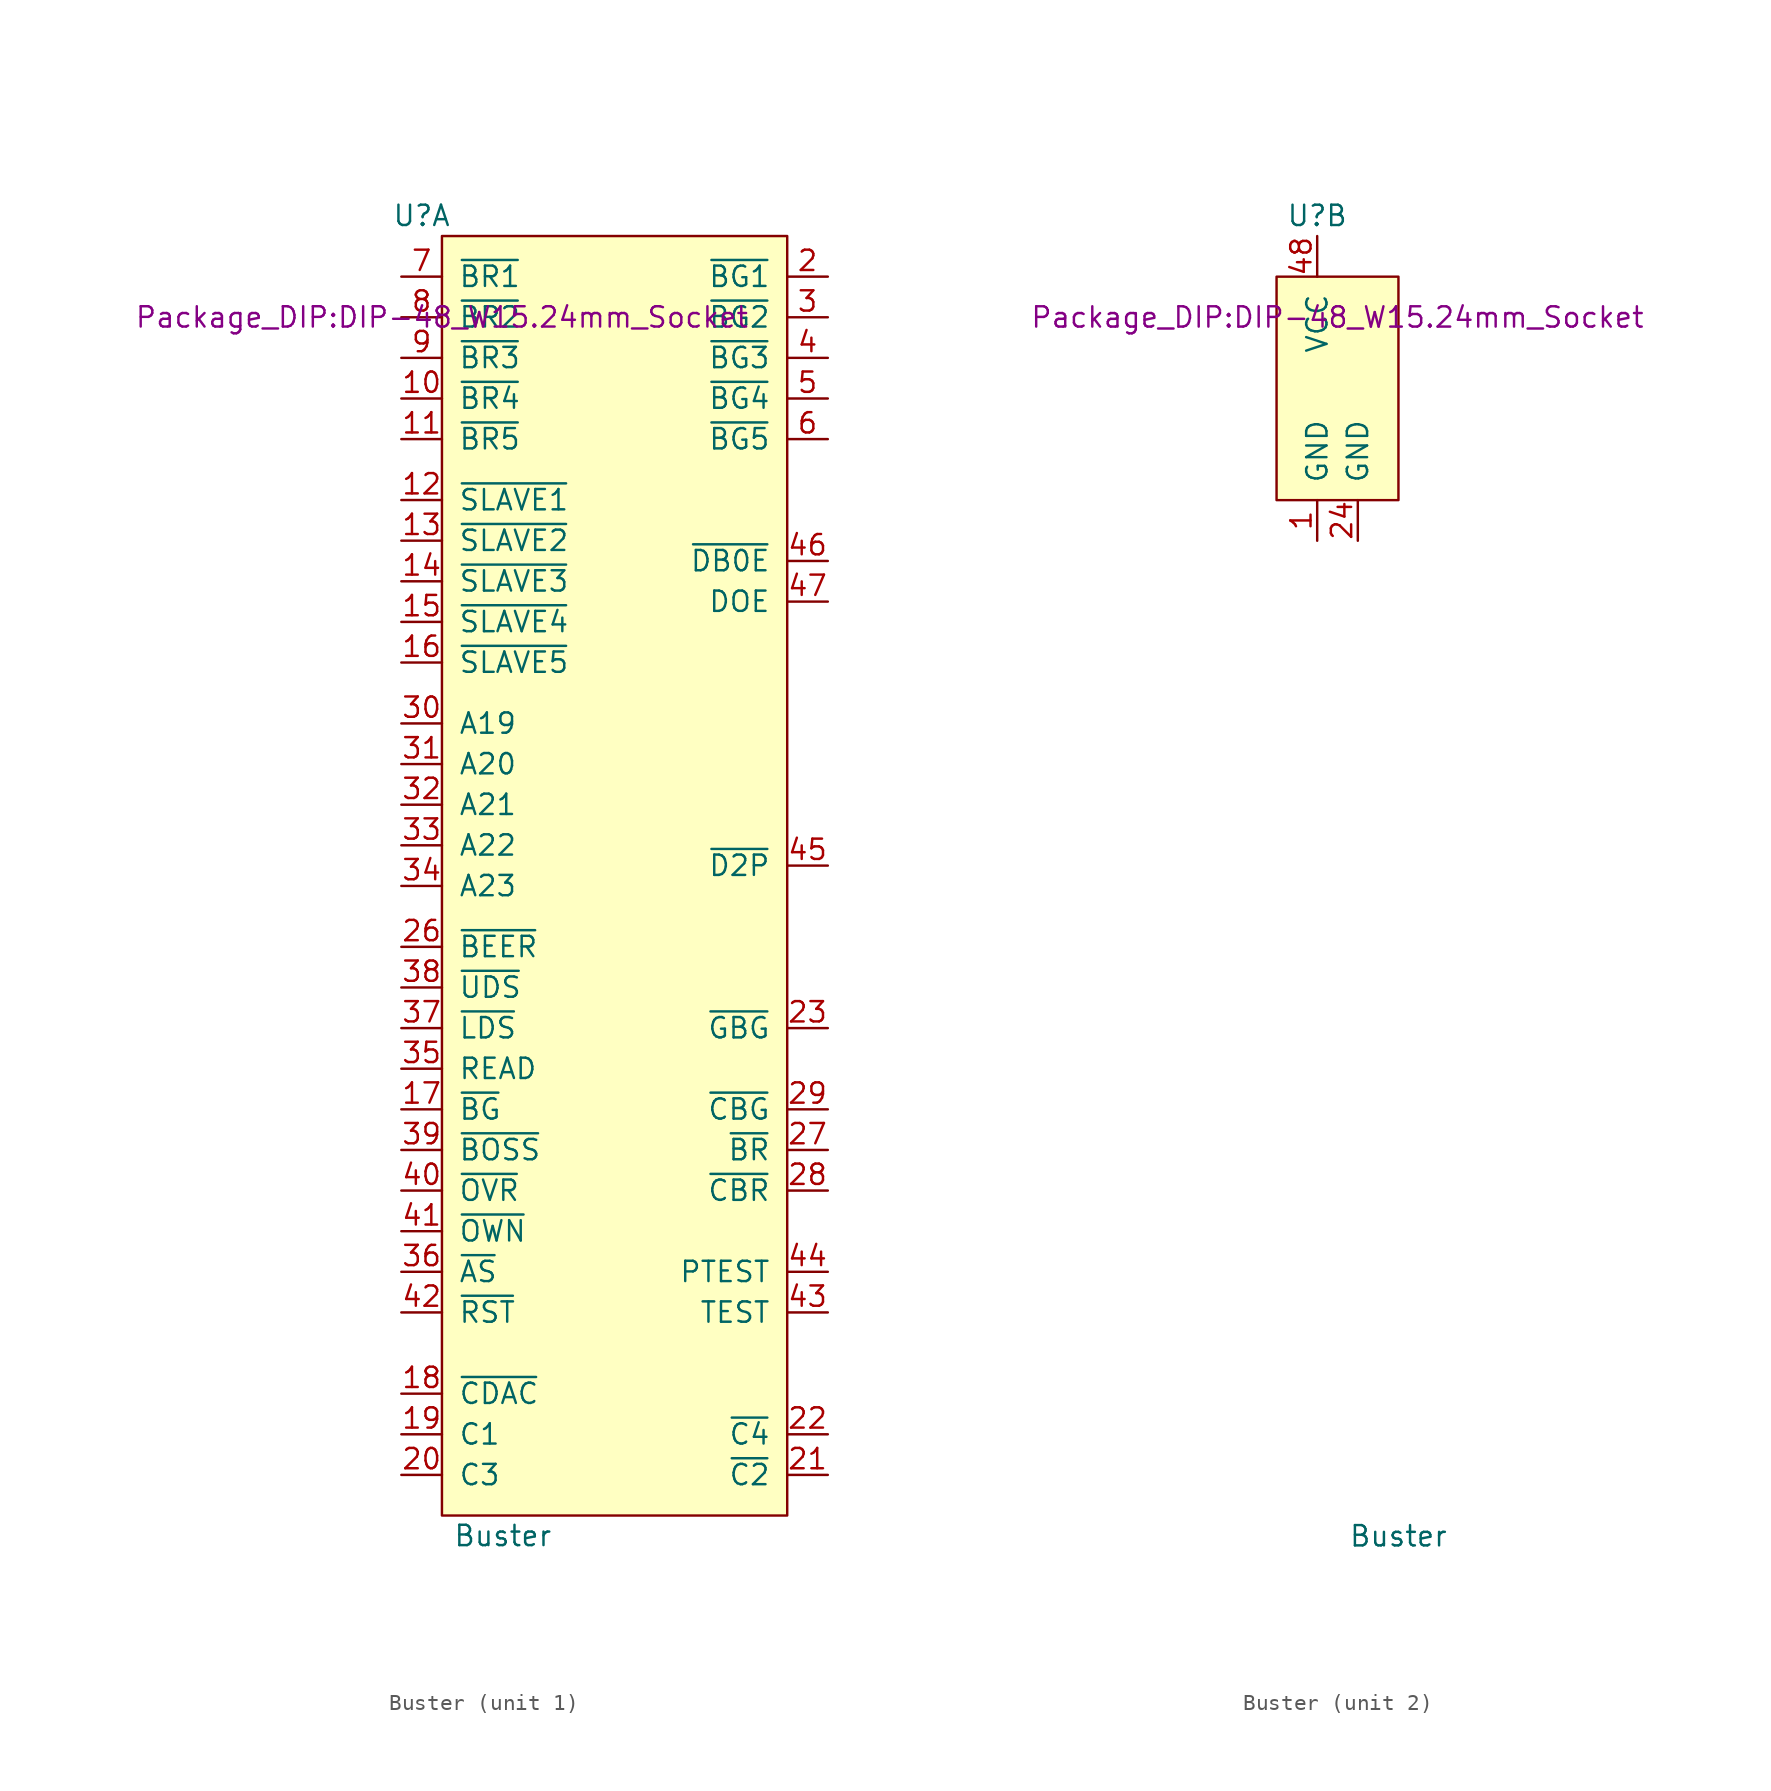
<source format=kicad_sym>
(kicad_symbol_lib
  (version 20211014)
  (generator kicad_symbol_editor)
  (symbol "Buster"
    (pin_names
      (offset 1.016))
    (property "Reference" "U"
      (at -1.27 1.27 0)
      (effects (font (size 1.27 1.27))))
    (property "Value" "Buster"
      (at 3.81 -81.28 0)
      (effects (font (size 1.27 1.27))))
    (property "Footprint" "Package_DIP:DIP-48_W15.24mm_Socket"
      (at 0 -5.08 0)
      (effects (font (size 1.27 1.27))))
    (symbol "Buster_1_1"
      (rectangle (start 21.59 -80.01) (end 0 0) (stroke (width 0) (type default) (color 0 0 0 0)) (fill (type background)))
      (pin input line (at -2.54 -10.16 0) (length 2.54) (name "~{BR4}" (effects (font (size 1.27 1.27)))) (number "10" (effects (font (size 1.27 1.27)))))
      (pin input line (at -2.54 -12.7 0) (length 2.54) (name "~{BR5}" (effects (font (size 1.27 1.27)))) (number "11" (effects (font (size 1.27 1.27)))))
      (pin input line (at -2.54 -16.51 0) (length 2.54) (name "~{SLAVE1}" (effects (font (size 1.27 1.27)))) (number "12" (effects (font (size 1.27 1.27)))))
      (pin input line (at -2.54 -19.05 0) (length 2.54) (name "~{SLAVE2}" (effects (font (size 1.27 1.27)))) (number "13" (effects (font (size 1.27 1.27)))))
      (pin input line (at -2.54 -21.59 0) (length 2.54) (name "~{SLAVE3}" (effects (font (size 1.27 1.27)))) (number "14" (effects (font (size 1.27 1.27)))))
      (pin input line (at -2.54 -24.13 0) (length 2.54) (name "~{SLAVE4}" (effects (font (size 1.27 1.27)))) (number "15" (effects (font (size 1.27 1.27)))))
      (pin input line (at -2.54 -26.67 0) (length 2.54) (name "~{SLAVE5}" (effects (font (size 1.27 1.27)))) (number "16" (effects (font (size 1.27 1.27)))))
      (pin input line (at -2.54 -54.61 0) (length 2.54) (name "~{BG}" (effects (font (size 1.27 1.27)))) (number "17" (effects (font (size 1.27 1.27)))))
      (pin input line (at -2.54 -72.39 0) (length 2.54) (name "~{CDAC}" (effects (font (size 1.27 1.27)))) (number "18" (effects (font (size 1.27 1.27)))))
      (pin input line (at -2.54 -74.93 0) (length 2.54) (name "C1" (effects (font (size 1.27 1.27)))) (number "19" (effects (font (size 1.27 1.27)))))
      (pin output line (at 24.13 -2.54 180) (length 2.54) (name "~{BG1}" (effects (font (size 1.27 1.27)))) (number "2" (effects (font (size 1.27 1.27)))))
      (pin input line (at -2.54 -77.47 0) (length 2.54) (name "C3" (effects (font (size 1.27 1.27)))) (number "20" (effects (font (size 1.27 1.27)))))
      (pin output line (at 24.13 -77.47 180) (length 2.54) (name "~{C2}" (effects (font (size 1.27 1.27)))) (number "21" (effects (font (size 1.27 1.27)))))
      (pin output line (at 24.13 -74.93 180) (length 2.54) (name "~{C4}" (effects (font (size 1.27 1.27)))) (number "22" (effects (font (size 1.27 1.27)))))
      (pin output line (at 24.13 -49.53 180) (length 2.54) (name "~{GBG}" (effects (font (size 1.27 1.27)))) (number "23" (effects (font (size 1.27 1.27)))))
      (pin input line (at -2.54 -44.45 0) (length 2.54) (name "~{BEER}" (effects (font (size 1.27 1.27)))) (number "26" (effects (font (size 1.27 1.27)))))
      (pin output line (at 24.13 -57.15 180) (length 2.54) (name "~{BR}" (effects (font (size 1.27 1.27)))) (number "27" (effects (font (size 1.27 1.27)))))
      (pin output line (at 24.13 -59.69 180) (length 2.54) (name "~{CBR}" (effects (font (size 1.27 1.27)))) (number "28" (effects (font (size 1.27 1.27)))))
      (pin output line (at 24.13 -54.61 180) (length 2.54) (name "~{CBG}" (effects (font (size 1.27 1.27)))) (number "29" (effects (font (size 1.27 1.27)))))
      (pin output line (at 24.13 -5.08 180) (length 2.54) (name "~{BG2}" (effects (font (size 1.27 1.27)))) (number "3" (effects (font (size 1.27 1.27)))))
      (pin input line (at -2.54 -30.48 0) (length 2.54) (name "A19" (effects (font (size 1.27 1.27)))) (number "30" (effects (font (size 1.27 1.27)))))
      (pin input line (at -2.54 -33.02 0) (length 2.54) (name "A20" (effects (font (size 1.27 1.27)))) (number "31" (effects (font (size 1.27 1.27)))))
      (pin input line (at -2.54 -35.56 0) (length 2.54) (name "A21" (effects (font (size 1.27 1.27)))) (number "32" (effects (font (size 1.27 1.27)))))
      (pin input line (at -2.54 -38.1 0) (length 2.54) (name "A22" (effects (font (size 1.27 1.27)))) (number "33" (effects (font (size 1.27 1.27)))))
      (pin input line (at -2.54 -40.64 0) (length 2.54) (name "A23" (effects (font (size 1.27 1.27)))) (number "34" (effects (font (size 1.27 1.27)))))
      (pin input line (at -2.54 -52.07 0) (length 2.54) (name "READ" (effects (font (size 1.27 1.27)))) (number "35" (effects (font (size 1.27 1.27)))))
      (pin input line (at -2.54 -64.77 0) (length 2.54) (name "~{AS}" (effects (font (size 1.27 1.27)))) (number "36" (effects (font (size 1.27 1.27)))))
      (pin input line (at -2.54 -49.53 0) (length 2.54) (name "~{LDS}" (effects (font (size 1.27 1.27)))) (number "37" (effects (font (size 1.27 1.27)))))
      (pin input line (at -2.54 -46.99 0) (length 2.54) (name "~{UDS}" (effects (font (size 1.27 1.27)))) (number "38" (effects (font (size 1.27 1.27)))))
      (pin input line (at -2.54 -57.15 0) (length 2.54) (name "~{BOSS}" (effects (font (size 1.27 1.27)))) (number "39" (effects (font (size 1.27 1.27)))))
      (pin output line (at 24.13 -7.62 180) (length 2.54) (name "~{BG3}" (effects (font (size 1.27 1.27)))) (number "4" (effects (font (size 1.27 1.27)))))
      (pin input line (at -2.54 -59.69 0) (length 2.54) (name "~{OVR}" (effects (font (size 1.27 1.27)))) (number "40" (effects (font (size 1.27 1.27)))))
      (pin input line (at -2.54 -62.23 0) (length 2.54) (name "~{OWN}" (effects (font (size 1.27 1.27)))) (number "41" (effects (font (size 1.27 1.27)))))
      (pin input line (at -2.54 -67.31 0) (length 2.54) (name "~{RST}" (effects (font (size 1.27 1.27)))) (number "42" (effects (font (size 1.27 1.27)))))
      (pin input line (at 24.13 -67.31 180) (length 2.54) (name "TEST" (effects (font (size 1.27 1.27)))) (number "43" (effects (font (size 1.27 1.27)))))
      (pin input line (at 24.13 -64.77 180) (length 2.54) (name "PTEST" (effects (font (size 1.27 1.27)))) (number "44" (effects (font (size 1.27 1.27)))))
      (pin output line (at 24.13 -39.37 180) (length 2.54) (name "~{D2P}" (effects (font (size 1.27 1.27)))) (number "45" (effects (font (size 1.27 1.27)))))
      (pin output line (at 24.13 -20.32 180) (length 2.54) (name "~{DB0E}" (effects (font (size 1.27 1.27)))) (number "46" (effects (font (size 1.27 1.27)))))
      (pin output line (at 24.13 -22.86 180) (length 2.54) (name "DOE" (effects (font (size 1.27 1.27)))) (number "47" (effects (font (size 1.27 1.27)))))
      (pin output line (at 24.13 -10.16 180) (length 2.54) (name "~{BG4}" (effects (font (size 1.27 1.27)))) (number "5" (effects (font (size 1.27 1.27)))))
      (pin output line (at 24.13 -12.7 180) (length 2.54) (name "~{BG5}" (effects (font (size 1.27 1.27)))) (number "6" (effects (font (size 1.27 1.27)))))
      (pin input line (at -2.54 -2.54 0) (length 2.54) (name "~{BR1}" (effects (font (size 1.27 1.27)))) (number "7" (effects (font (size 1.27 1.27)))))
      (pin input line (at -2.54 -5.08 0) (length 2.54) (name "~{BR2}" (effects (font (size 1.27 1.27)))) (number "8" (effects (font (size 1.27 1.27)))))
      (pin input line (at -2.54 -7.62 0) (length 2.54) (name "~{BR3}" (effects (font (size 1.27 1.27)))) (number "9" (effects (font (size 1.27 1.27))))))
    (symbol "Buster_2_1"
      (rectangle (start -3.81 -2.54) (end 3.81 -16.51) (stroke (width 0) (type default) (color 0 0 0 0)) (fill (type background)))
      (pin input line (at -1.27 -19.05 90) (length 2.54) (name "GND" (effects (font (size 1.27 1.27)))) (number "1" (effects (font (size 1.27 1.27)))))
      (pin power_in line (at 1.27 -19.05 90) (length 2.54) (name "GND" (effects (font (size 1.27 1.27)))) (number "24" (effects (font (size 1.27 1.27)))))
      (pin power_in line (at -1.27 0 270) (length 2.54) (name "VCC" (effects (font (size 1.27 1.27)))) (number "48" (effects (font (size 1.27 1.27))))))))
</source>
